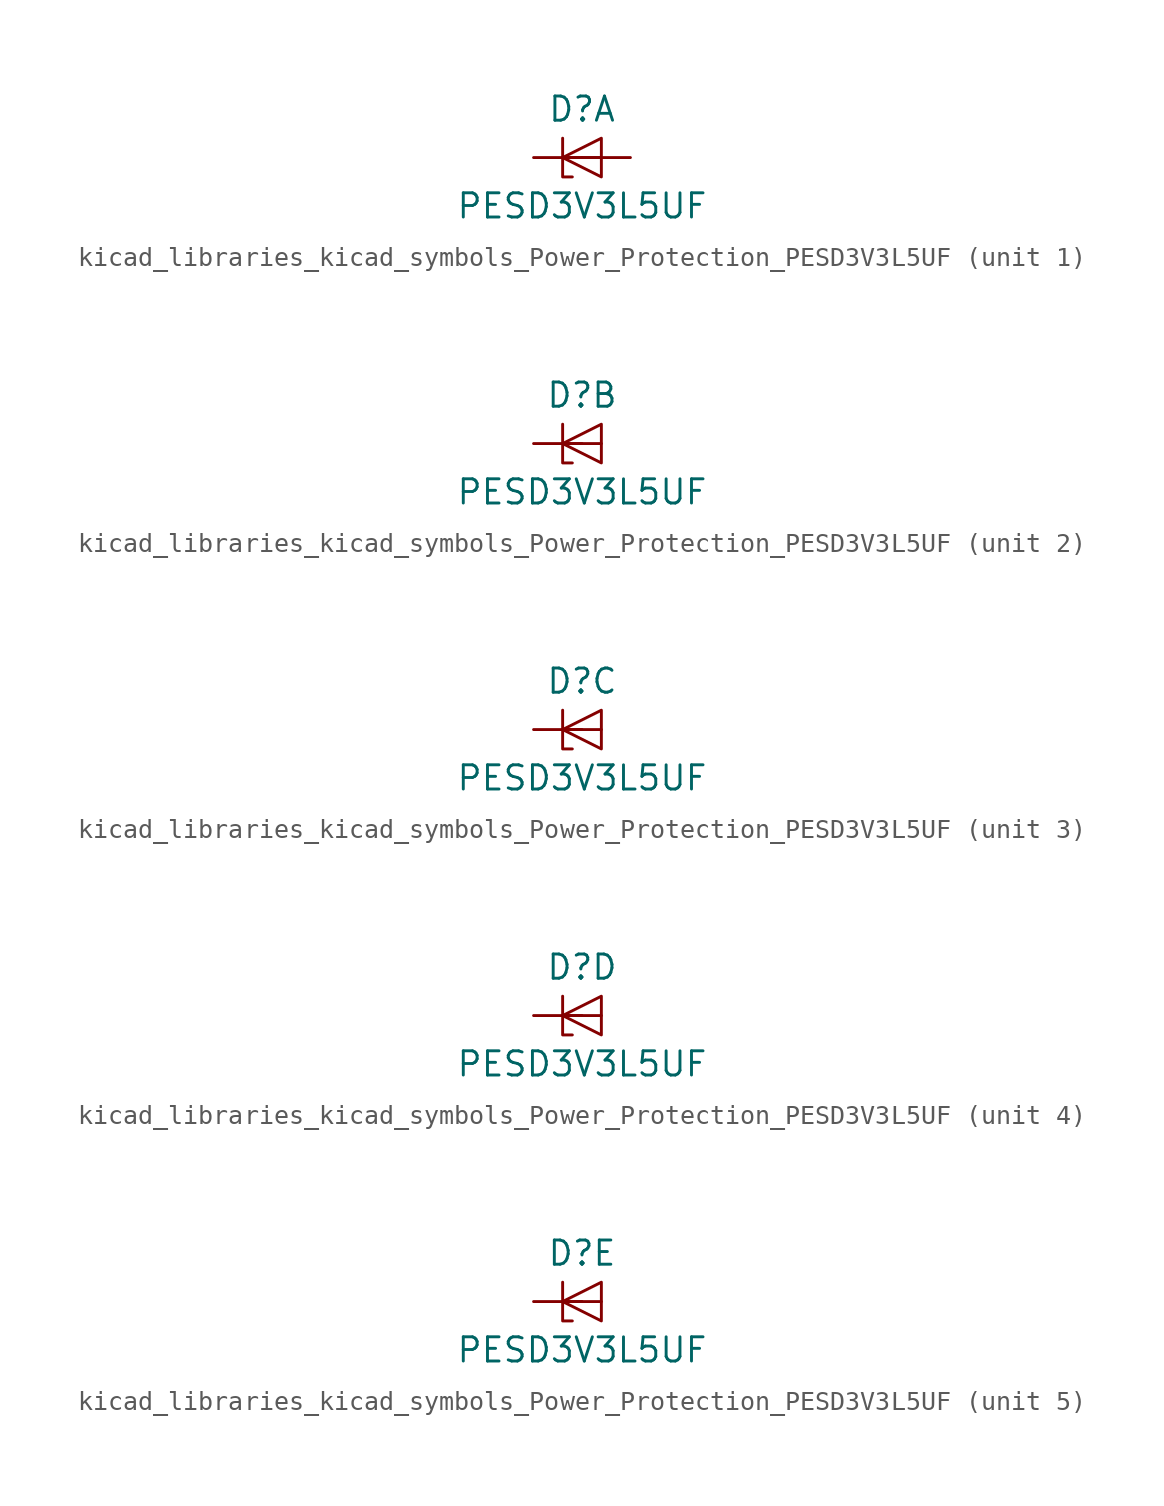
<source format=kicad_sym>
(kicad_symbol_lib
  (version 20220914)
  (generator kicad_symbol_editor)
  (symbol "kicad_libraries_kicad_symbols_Power_Protection_PESD3V3L5UF"
    (pin_numbers hide)
    (pin_names hide)
    (property "Reference" "D"
      (at 0 2.54 0)
      (effects (font (size 1.27 1.27))))
    (property "Value" "PESD3V3L5UF"
      (at 0 -2.54 0)
      (effects (font (size 1.27 1.27))))
    (property "ki_locked" ""
      (at 0 0 0)
      (effects (font (size 1.27 1.27))))
    (symbol "kicad_libraries_kicad_symbols_Power_Protection_PESD3V3L5UF_0_1"
      (polyline (pts (xy -1.016 0) (xy 1.016 0)) (stroke (width 0) (type default)) (fill (type none)))
      (polyline (pts (xy -1.016 1.016) (xy -1.016 -1.016) (xy -0.508 -1.016)) (stroke (width 0) (type default)) (fill (type none)))
      (polyline (pts (xy 1.016 1.016) (xy -1.016 0) (xy 1.016 -1.016) (xy 1.016 1.016)) (stroke (width 0) (type default)) (fill (type none))))
    (symbol "kicad_libraries_kicad_symbols_Power_Protection_PESD3V3L5UF_1_1"
      (pin passive line (at -2.54 0 0) (length 2.54) (name "K1" (effects (font (size 1.27 1.27)))) (number "1" (effects (font (size 1.27 1.27)))))
      (pin passive line (at 2.54 0 180) (length 2.54) (name "A" (effects (font (size 1.27 1.27)))) (number "2" (effects (font (size 1.27 1.27))))))
    (symbol "kicad_libraries_kicad_symbols_Power_Protection_PESD3V3L5UF_2_1"
      (pin passive line (at -2.54 0 0) (length 2.54) (name "K2" (effects (font (size 1.27 1.27)))) (number "3" (effects (font (size 1.27 1.27))))))
    (symbol "kicad_libraries_kicad_symbols_Power_Protection_PESD3V3L5UF_3_1"
      (pin passive line (at -2.54 0 0) (length 2.54) (name "K3" (effects (font (size 1.27 1.27)))) (number "4" (effects (font (size 1.27 1.27))))))
    (symbol "kicad_libraries_kicad_symbols_Power_Protection_PESD3V3L5UF_4_1"
      (pin passive line (at -2.54 0 0) (length 2.54) (name "K4" (effects (font (size 1.27 1.27)))) (number "5" (effects (font (size 1.27 1.27))))))
    (symbol "kicad_libraries_kicad_symbols_Power_Protection_PESD3V3L5UF_5_1"
      (pin passive line (at -2.54 0 0) (length 2.54) (name "K5" (effects (font (size 1.27 1.27)))) (number "6" (effects (font (size 1.27 1.27))))))))
</source>
